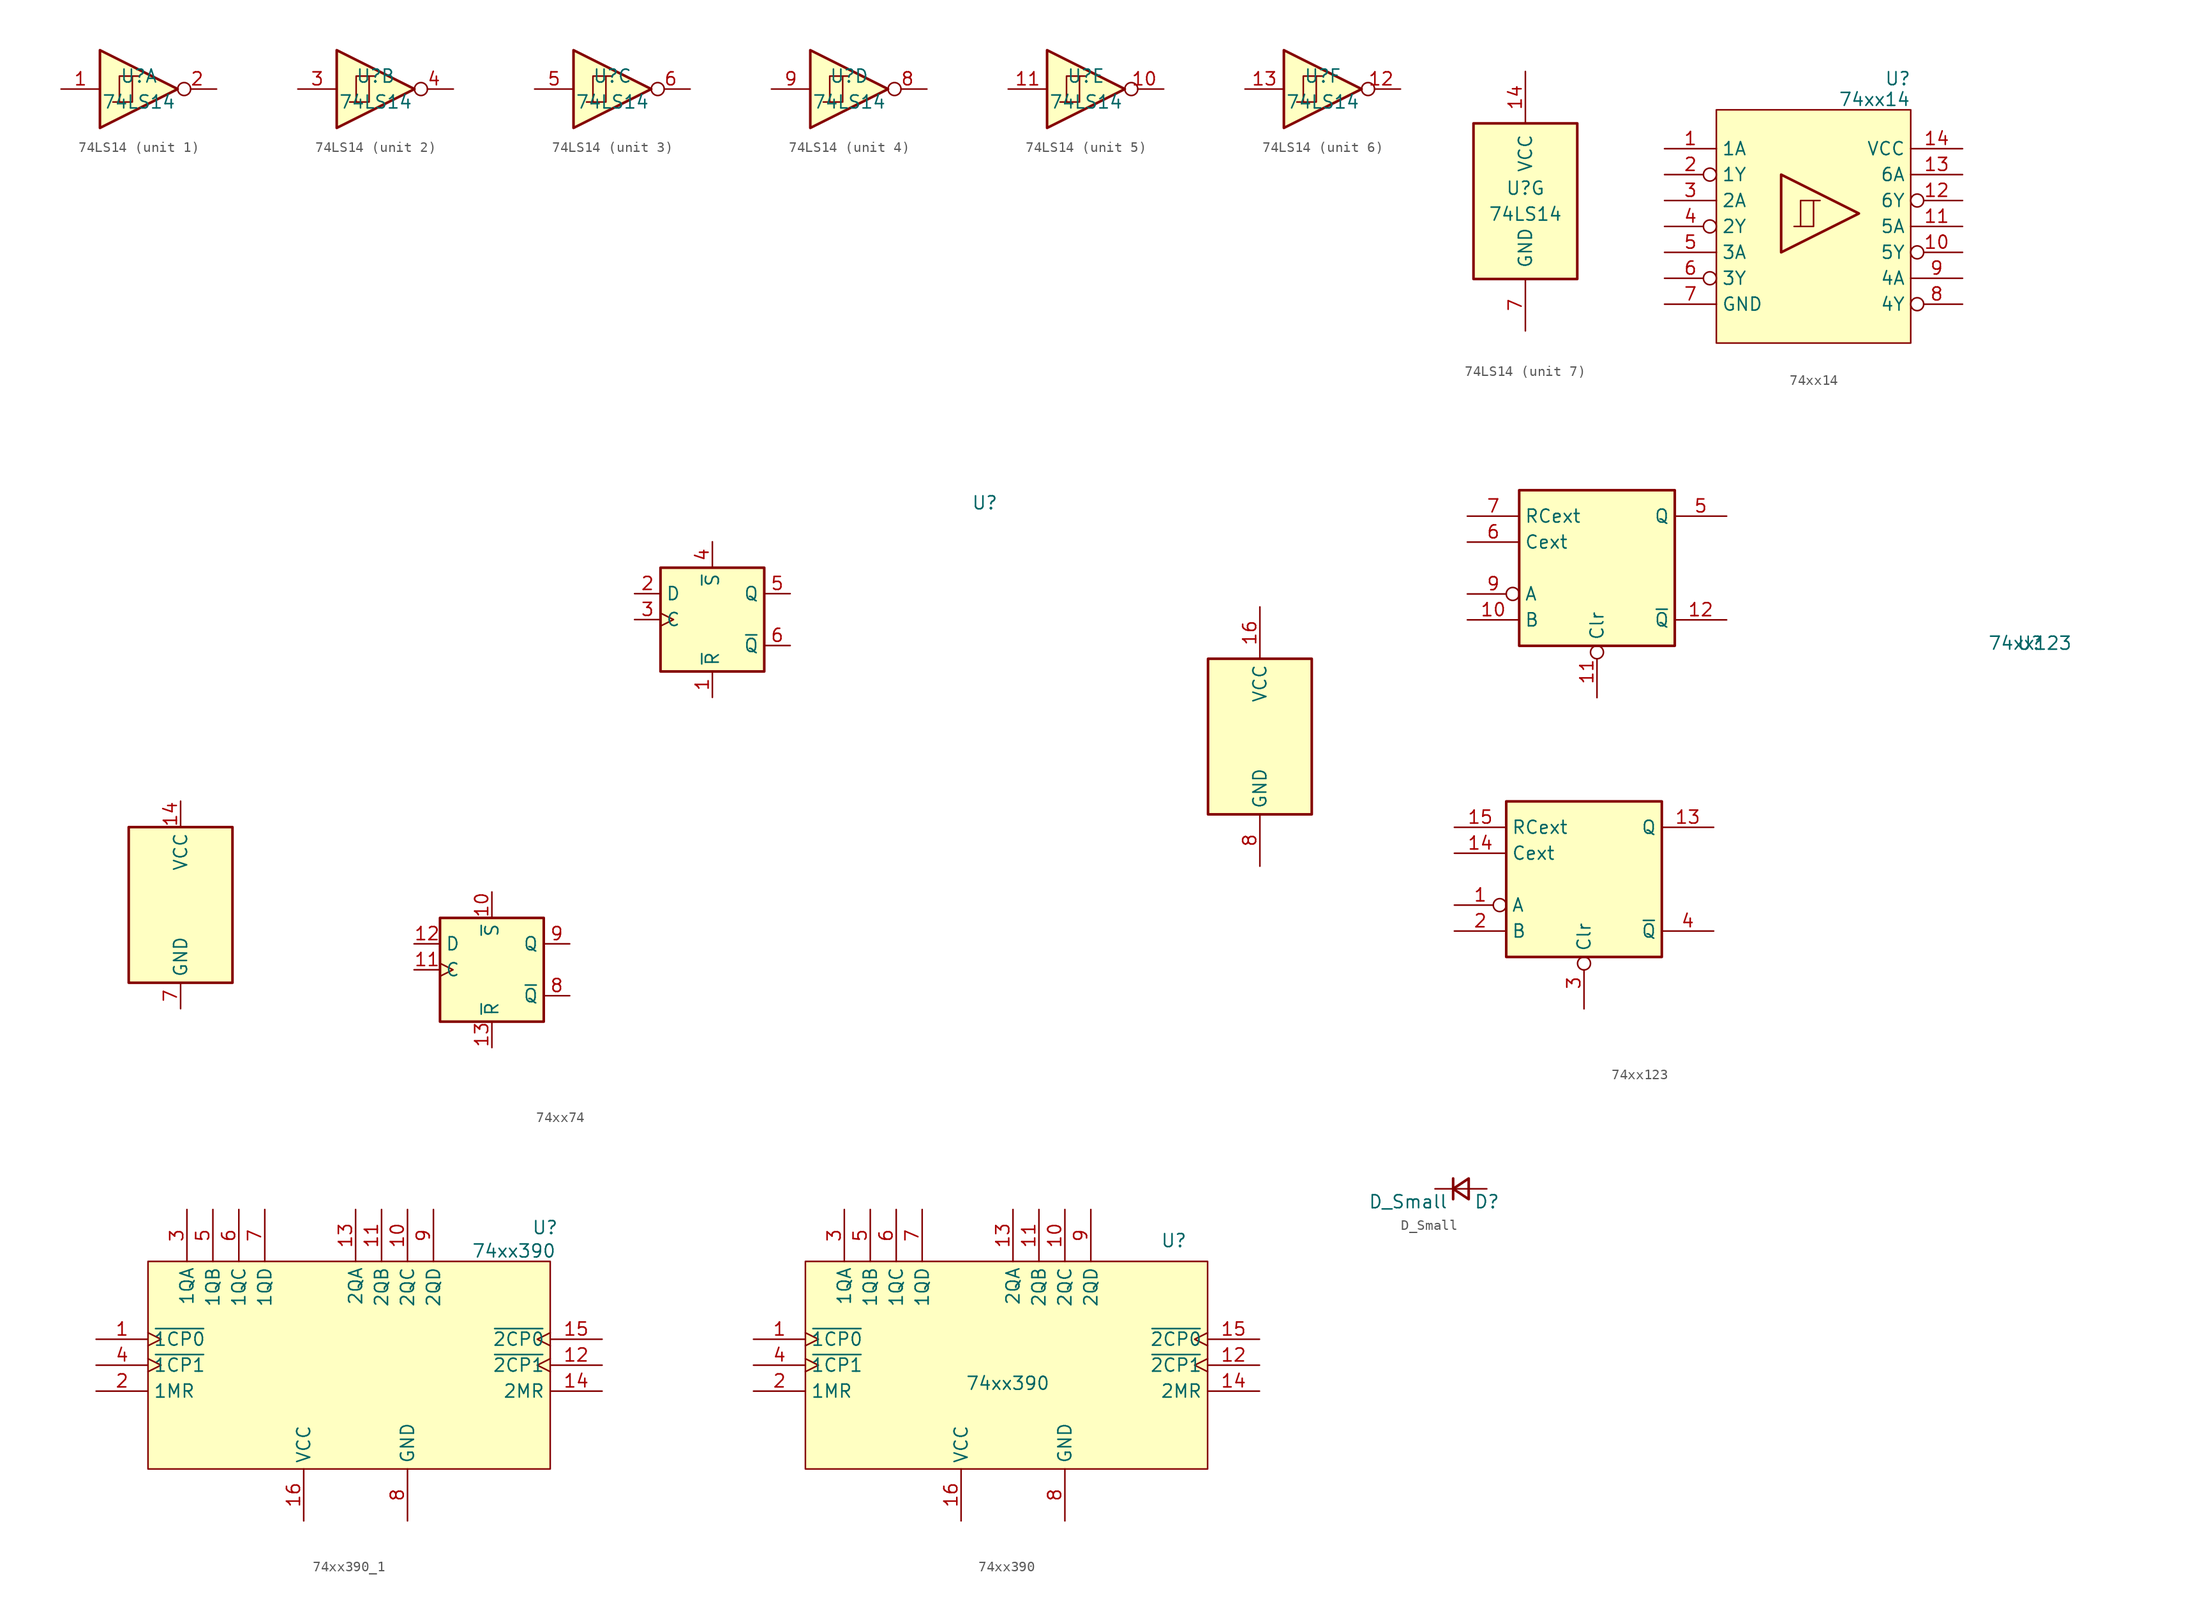
<source format=kicad_sym>
(kicad_symbol_lib
  (version 20241209)
  (generator "kicad_symbol_editor")
  (generator_version "9.0")
  (symbol "74LS14"
    (pin_names
      (offset 1.016))
    (property "Reference" "U"
      (at 0 1.27 0)
      (effects (font (size 1.27 1.27))))
    (property "Value" "74LS14"
      (at 0 -1.27 0)
      (effects (font (size 1.27 1.27))))
    (property "ki_locked" ""
      (at 0 0 0)
      (effects (font (size 1.27 1.27))))
    (symbol "74LS14_1_0"
      (polyline (pts (xy -3.81 3.81) (xy -3.81 -3.81) (xy 3.81 0) (xy -3.81 3.81)) (stroke (width 0.254) (type default)) (fill (type background)))
      (pin input line (at -7.62 0 0) (length 3.81) (name "~" (effects (font (size 1.27 1.27)))) (number "1" (effects (font (size 1.27 1.27)))))
      (pin output inverted (at 7.62 0 180) (length 3.81) (name "~" (effects (font (size 1.27 1.27)))) (number "2" (effects (font (size 1.27 1.27))))))
    (symbol "74LS14_1_1"
      (polyline (pts (xy -2.54 -1.27) (xy -0.635 -1.27) (xy -0.635 1.27) (xy 0 1.27)) (stroke (width 0) (type default)) (fill (type none)))
      (polyline (pts (xy -1.905 -1.27) (xy -1.905 1.27) (xy -0.635 1.27)) (stroke (width 0) (type default)) (fill (type none))))
    (symbol "74LS14_2_0"
      (polyline (pts (xy -3.81 3.81) (xy -3.81 -3.81) (xy 3.81 0) (xy -3.81 3.81)) (stroke (width 0.254) (type default)) (fill (type background)))
      (pin input line (at -7.62 0 0) (length 3.81) (name "~" (effects (font (size 1.27 1.27)))) (number "3" (effects (font (size 1.27 1.27)))))
      (pin output inverted (at 7.62 0 180) (length 3.81) (name "~" (effects (font (size 1.27 1.27)))) (number "4" (effects (font (size 1.27 1.27))))))
    (symbol "74LS14_2_1"
      (polyline (pts (xy -2.54 -1.27) (xy -0.635 -1.27) (xy -0.635 1.27) (xy 0 1.27)) (stroke (width 0) (type default)) (fill (type none)))
      (polyline (pts (xy -1.905 -1.27) (xy -1.905 1.27) (xy -0.635 1.27)) (stroke (width 0) (type default)) (fill (type none))))
    (symbol "74LS14_3_0"
      (polyline (pts (xy -3.81 3.81) (xy -3.81 -3.81) (xy 3.81 0) (xy -3.81 3.81)) (stroke (width 0.254) (type default)) (fill (type background)))
      (pin input line (at -7.62 0 0) (length 3.81) (name "~" (effects (font (size 1.27 1.27)))) (number "5" (effects (font (size 1.27 1.27)))))
      (pin output inverted (at 7.62 0 180) (length 3.81) (name "~" (effects (font (size 1.27 1.27)))) (number "6" (effects (font (size 1.27 1.27))))))
    (symbol "74LS14_3_1"
      (polyline (pts (xy -2.54 -1.27) (xy -0.635 -1.27) (xy -0.635 1.27) (xy 0 1.27)) (stroke (width 0) (type default)) (fill (type none)))
      (polyline (pts (xy -1.905 -1.27) (xy -1.905 1.27) (xy -0.635 1.27)) (stroke (width 0) (type default)) (fill (type none))))
    (symbol "74LS14_4_0"
      (polyline (pts (xy -3.81 3.81) (xy -3.81 -3.81) (xy 3.81 0) (xy -3.81 3.81)) (stroke (width 0.254) (type default)) (fill (type background)))
      (pin input line (at -7.62 0 0) (length 3.81) (name "~" (effects (font (size 1.27 1.27)))) (number "9" (effects (font (size 1.27 1.27)))))
      (pin output inverted (at 7.62 0 180) (length 3.81) (name "~" (effects (font (size 1.27 1.27)))) (number "8" (effects (font (size 1.27 1.27))))))
    (symbol "74LS14_4_1"
      (polyline (pts (xy -2.54 -1.27) (xy -0.635 -1.27) (xy -0.635 1.27) (xy 0 1.27)) (stroke (width 0) (type default)) (fill (type none)))
      (polyline (pts (xy -1.905 -1.27) (xy -1.905 1.27) (xy -0.635 1.27)) (stroke (width 0) (type default)) (fill (type none))))
    (symbol "74LS14_5_0"
      (polyline (pts (xy -3.81 3.81) (xy -3.81 -3.81) (xy 3.81 0) (xy -3.81 3.81)) (stroke (width 0.254) (type default)) (fill (type background)))
      (pin input line (at -7.62 0 0) (length 3.81) (name "~" (effects (font (size 1.27 1.27)))) (number "11" (effects (font (size 1.27 1.27)))))
      (pin output inverted (at 7.62 0 180) (length 3.81) (name "~" (effects (font (size 1.27 1.27)))) (number "10" (effects (font (size 1.27 1.27))))))
    (symbol "74LS14_5_1"
      (polyline (pts (xy -2.54 -1.27) (xy -0.635 -1.27) (xy -0.635 1.27) (xy 0 1.27)) (stroke (width 0) (type default)) (fill (type none)))
      (polyline (pts (xy -1.905 -1.27) (xy -1.905 1.27) (xy -0.635 1.27)) (stroke (width 0) (type default)) (fill (type none))))
    (symbol "74LS14_6_0"
      (polyline (pts (xy -3.81 3.81) (xy -3.81 -3.81) (xy 3.81 0) (xy -3.81 3.81)) (stroke (width 0.254) (type default)) (fill (type background)))
      (pin input line (at -7.62 0 0) (length 3.81) (name "~" (effects (font (size 1.27 1.27)))) (number "13" (effects (font (size 1.27 1.27)))))
      (pin output inverted (at 7.62 0 180) (length 3.81) (name "~" (effects (font (size 1.27 1.27)))) (number "12" (effects (font (size 1.27 1.27))))))
    (symbol "74LS14_6_1"
      (polyline (pts (xy -2.54 -1.27) (xy -0.635 -1.27) (xy -0.635 1.27) (xy 0 1.27)) (stroke (width 0) (type default)) (fill (type none)))
      (polyline (pts (xy -1.905 -1.27) (xy -1.905 1.27) (xy -0.635 1.27)) (stroke (width 0) (type default)) (fill (type none))))
    (symbol "74LS14_7_0"
      (pin power_in line (at 0 12.7 270) (length 5.08) (name "VCC" (effects (font (size 1.27 1.27)))) (number "14" (effects (font (size 1.27 1.27)))))
      (pin power_in line (at 0 -12.7 90) (length 5.08) (name "GND" (effects (font (size 1.27 1.27)))) (number "7" (effects (font (size 1.27 1.27))))))
    (symbol "74LS14_7_1"
      (rectangle (start -5.08 7.62) (end 5.08 -7.62) (stroke (width 0.254) (type default)) (fill (type background)))))
  (symbol "74xx14"
    (property "Reference" "U"
      (at 17.78 3.048 0)
      (effects (font (size 1.27 1.27))))
    (property "Value" "74xx14"
      (at 15.494 1.016 0)
      (effects (font (size 1.27 1.27))))
    (symbol "74xx14_0_1"
      (rectangle (start 0 0) (end 19.05 -22.86) (stroke (width 0) (type default)) (fill (type background))))
    (symbol "74xx14_1_0"
      (polyline (pts (xy 6.35 -6.35) (xy 6.35 -13.97) (xy 13.97 -10.16) (xy 6.35 -6.35)) (stroke (width 0.254) (type default)) (fill (type background)))
      (pin input line (at -5.08 -3.81 0) (length 5.08) (name "1A" (effects (font (size 1.27 1.27)))) (number "1" (effects (font (size 1.27 1.27)))))
      (pin output inverted (at -5.08 -6.35 0) (length 5.08) (name "1Y" (effects (font (size 1.27 1.27)))) (number "2" (effects (font (size 1.27 1.27)))))
      (pin input line (at -5.08 -8.89 0) (length 5.08) (name "2A" (effects (font (size 1.27 1.27)))) (number "3" (effects (font (size 1.27 1.27)))))
      (pin output inverted (at -5.08 -11.43 0) (length 5.08) (name "2Y" (effects (font (size 1.27 1.27)))) (number "4" (effects (font (size 1.27 1.27)))))
      (pin input line (at -5.08 -13.97 0) (length 5.08) (name "3A" (effects (font (size 1.27 1.27)))) (number "5" (effects (font (size 1.27 1.27)))))
      (pin output inverted (at -5.08 -16.51 0) (length 5.08) (name "3Y" (effects (font (size 1.27 1.27)))) (number "6" (effects (font (size 1.27 1.27)))))
      (pin power_in line (at -5.08 -19.05 0) (length 5.08) (name "GND" (effects (font (size 1.27 1.27)))) (number "7" (effects (font (size 1.27 1.27)))))
      (pin power_in line (at 24.13 -3.81 180) (length 5.08) (name "VCC" (effects (font (size 1.27 1.27)))) (number "14" (effects (font (size 1.27 1.27)))))
      (pin input line (at 24.13 -6.35 180) (length 5.08) (name "6A" (effects (font (size 1.27 1.27)))) (number "13" (effects (font (size 1.27 1.27)))))
      (pin output inverted (at 24.13 -8.89 180) (length 5.08) (name "6Y" (effects (font (size 1.27 1.27)))) (number "12" (effects (font (size 1.27 1.27)))))
      (pin input line (at 24.13 -11.43 180) (length 5.08) (name "5A" (effects (font (size 1.27 1.27)))) (number "11" (effects (font (size 1.27 1.27)))))
      (pin output inverted (at 24.13 -13.97 180) (length 5.08) (name "5Y" (effects (font (size 1.27 1.27)))) (number "10" (effects (font (size 1.27 1.27)))))
      (pin input line (at 24.13 -16.51 180) (length 5.08) (name "4A" (effects (font (size 1.27 1.27)))) (number "9" (effects (font (size 1.27 1.27)))))
      (pin output inverted (at 24.13 -19.05 180) (length 5.08) (name "4Y" (effects (font (size 1.27 1.27)))) (number "8" (effects (font (size 1.27 1.27))))))
    (symbol "74xx14_1_1"
      (polyline (pts (xy 7.62 -11.43) (xy 9.525 -11.43) (xy 9.525 -8.89) (xy 10.16 -8.89)) (stroke (width 0) (type default)) (fill (type none)))
      (polyline (pts (xy 8.255 -11.43) (xy 8.255 -8.89) (xy 9.525 -8.89)) (stroke (width 0) (type default)) (fill (type none)))))
  (symbol "74xx74"
    (property "Reference" "U"
      (at 0 0 0)
      (effects (font (size 1.27 1.27))))
    (property "Value" ""
      (at 0 0 0)
      (effects (font (size 1.27 1.27))))
    (symbol "74xx74_1_0"
      (pin power_in line (at -78.74 -29.21 270) (length 2.54) (name "VCC" (effects (font (size 1.27 1.27)))) (number "14" (effects (font (size 1.27 1.27)))))
      (pin power_in line (at -78.74 -49.53 90) (length 2.54) (name "GND" (effects (font (size 1.27 1.27)))) (number "7" (effects (font (size 1.27 1.27)))))
      (pin input line (at -55.88 -43.18 0) (length 2.54) (name "D" (effects (font (size 1.27 1.27)))) (number "12" (effects (font (size 1.27 1.27)))))
      (pin input clock (at -55.88 -45.72 0) (length 2.54) (name "C" (effects (font (size 1.27 1.27)))) (number "11" (effects (font (size 1.27 1.27)))))
      (pin input line (at -48.26 -38.1 270) (length 2.54) (name "~{S}" (effects (font (size 1.27 1.27)))) (number "10" (effects (font (size 1.27 1.27)))))
      (pin input line (at -48.26 -53.34 90) (length 2.54) (name "~{R}" (effects (font (size 1.27 1.27)))) (number "13" (effects (font (size 1.27 1.27)))))
      (pin output line (at -40.64 -43.18 180) (length 2.54) (name "Q" (effects (font (size 1.27 1.27)))) (number "9" (effects (font (size 1.27 1.27)))))
      (pin output line (at -40.64 -48.26 180) (length 2.54) (name "~{Q}" (effects (font (size 1.27 1.27)))) (number "8" (effects (font (size 1.27 1.27)))))
      (pin input line (at -34.29 -8.89 0) (length 2.54) (name "D" (effects (font (size 1.27 1.27)))) (number "2" (effects (font (size 1.27 1.27)))))
      (pin input clock (at -34.29 -11.43 0) (length 2.54) (name "C" (effects (font (size 1.27 1.27)))) (number "3" (effects (font (size 1.27 1.27)))))
      (pin input line (at -26.67 -3.81 270) (length 2.54) (name "~{S}" (effects (font (size 1.27 1.27)))) (number "4" (effects (font (size 1.27 1.27)))))
      (pin input line (at -26.67 -19.05 90) (length 2.54) (name "~{R}" (effects (font (size 1.27 1.27)))) (number "1" (effects (font (size 1.27 1.27)))))
      (pin output line (at -19.05 -8.89 180) (length 2.54) (name "Q" (effects (font (size 1.27 1.27)))) (number "5" (effects (font (size 1.27 1.27)))))
      (pin output line (at -19.05 -13.97 180) (length 2.54) (name "~{Q}" (effects (font (size 1.27 1.27)))) (number "6" (effects (font (size 1.27 1.27))))))
    (symbol "74xx74_1_1"
      (rectangle (start -83.82 -31.75) (end -73.66 -46.99) (stroke (width 0.254) (type default)) (fill (type background)))
      (rectangle (start -53.34 -40.64) (end -43.18 -50.8) (stroke (width 0.254) (type default)) (fill (type background)))
      (rectangle (start -31.75 -6.35) (end -21.59 -16.51) (stroke (width 0.254) (type default)) (fill (type background)))))
  (symbol "74xx123"
    (property "Reference" "U"
      (at 6.858 2.794 0)
      (effects (font (size 1.27 1.27))))
    (property "Value" "74xx123"
      (at 6.858 2.794 0)
      (effects (font (size 1.27 1.27))))
    (symbol "74xx123_1_0"
      (pin power_in line (at -68.58 6.35 270) (length 5.08) (name "VCC" (effects (font (size 1.27 1.27)))) (number "16" (effects (font (size 1.27 1.27)))))
      (pin power_in line (at -68.58 -19.05 90) (length 5.08) (name "GND" (effects (font (size 1.27 1.27)))) (number "8" (effects (font (size 1.27 1.27)))))
      (pin input line (at -49.53 -15.24 0) (length 5.08) (name "RCext" (effects (font (size 1.27 1.27)))) (number "15" (effects (font (size 1.27 1.27)))))
      (pin input line (at -49.53 -17.78 0) (length 5.08) (name "Cext" (effects (font (size 1.27 1.27)))) (number "14" (effects (font (size 1.27 1.27)))))
      (pin input inverted (at -49.53 -22.86 0) (length 5.08) (name "A" (effects (font (size 1.27 1.27)))) (number "1" (effects (font (size 1.27 1.27)))))
      (pin input line (at -49.53 -25.4 0) (length 5.08) (name "B" (effects (font (size 1.27 1.27)))) (number "2" (effects (font (size 1.27 1.27)))))
      (pin input line (at -48.26 15.24 0) (length 5.08) (name "RCext" (effects (font (size 1.27 1.27)))) (number "7" (effects (font (size 1.27 1.27)))))
      (pin input line (at -48.26 12.7 0) (length 5.08) (name "Cext" (effects (font (size 1.27 1.27)))) (number "6" (effects (font (size 1.27 1.27)))))
      (pin input inverted (at -48.26 7.62 0) (length 5.08) (name "A" (effects (font (size 1.27 1.27)))) (number "9" (effects (font (size 1.27 1.27)))))
      (pin input line (at -48.26 5.08 0) (length 5.08) (name "B" (effects (font (size 1.27 1.27)))) (number "10" (effects (font (size 1.27 1.27)))))
      (pin input inverted (at -36.83 -33.02 90) (length 5.08) (name "Clr" (effects (font (size 1.27 1.27)))) (number "3" (effects (font (size 1.27 1.27)))))
      (pin input inverted (at -35.56 -2.54 90) (length 5.08) (name "Clr" (effects (font (size 1.27 1.27)))) (number "11" (effects (font (size 1.27 1.27)))))
      (pin output line (at -24.13 -15.24 180) (length 5.08) (name "Q" (effects (font (size 1.27 1.27)))) (number "13" (effects (font (size 1.27 1.27)))))
      (pin output line (at -24.13 -25.4 180) (length 5.08) (name "~{Q}" (effects (font (size 1.27 1.27)))) (number "4" (effects (font (size 1.27 1.27)))))
      (pin output line (at -22.86 15.24 180) (length 5.08) (name "Q" (effects (font (size 1.27 1.27)))) (number "5" (effects (font (size 1.27 1.27)))))
      (pin output line (at -22.86 5.08 180) (length 5.08) (name "~{Q}" (effects (font (size 1.27 1.27)))) (number "12" (effects (font (size 1.27 1.27))))))
    (symbol "74xx123_1_1"
      (rectangle (start -73.66 1.27) (end -63.5 -13.97) (stroke (width 0.254) (type default)) (fill (type background)))
      (rectangle (start -44.45 -12.7) (end -29.21 -27.94) (stroke (width 0.254) (type default)) (fill (type background)))
      (rectangle (start -43.18 17.78) (end -27.94 2.54) (stroke (width 0.254) (type default)) (fill (type background)))))
  (symbol "74xx390_1"
    (property "Reference" "U"
      (at 38.862 3.302 0)
      (effects (font (size 1.27 1.27))))
    (property "Value" "74xx390"
      (at 35.814 1.016 0)
      (effects (font (size 1.27 1.27))))
    (symbol "74xx390_1_0_1"
      (rectangle (start 0 0) (end 39.37 -20.32) (stroke (width 0) (type default)) (fill (type background))))
    (symbol "74xx390_1_1_0"
      (pin input clock (at -5.08 -7.62 0) (length 5.08) (name "~{1CP0}" (effects (font (size 1.27 1.27)))) (number "1" (effects (font (size 1.27 1.27)))))
      (pin input clock (at -5.08 -10.16 0) (length 5.08) (name "~{1CP1}" (effects (font (size 1.27 1.27)))) (number "4" (effects (font (size 1.27 1.27)))))
      (pin input line (at -5.08 -12.7 0) (length 5.08) (name "1MR" (effects (font (size 1.27 1.27)))) (number "2" (effects (font (size 1.27 1.27)))))
      (pin output line (at 3.81 5.08 270) (length 5.08) (name "1QA" (effects (font (size 1.27 1.27)))) (number "3" (effects (font (size 1.27 1.27)))))
      (pin output line (at 6.35 5.08 270) (length 5.08) (name "1QB" (effects (font (size 1.27 1.27)))) (number "5" (effects (font (size 1.27 1.27)))))
      (pin output line (at 8.89 5.08 270) (length 5.08) (name "1QC" (effects (font (size 1.27 1.27)))) (number "6" (effects (font (size 1.27 1.27)))))
      (pin output line (at 11.43 5.08 270) (length 5.08) (name "1QD" (effects (font (size 1.27 1.27)))) (number "7" (effects (font (size 1.27 1.27)))))
      (pin power_in line (at 15.24 -25.4 90) (length 5.08) (name "VCC" (effects (font (size 1.27 1.27)))) (number "16" (effects (font (size 1.27 1.27)))))
      (pin output line (at 20.32 5.08 270) (length 5.08) (name "2QA" (effects (font (size 1.27 1.27)))) (number "13" (effects (font (size 1.27 1.27)))))
      (pin output line (at 22.86 5.08 270) (length 5.08) (name "2QB" (effects (font (size 1.27 1.27)))) (number "11" (effects (font (size 1.27 1.27)))))
      (pin output line (at 25.4 5.08 270) (length 5.08) (name "2QC" (effects (font (size 1.27 1.27)))) (number "10" (effects (font (size 1.27 1.27)))))
      (pin power_in line (at 25.4 -25.4 90) (length 5.08) (name "GND" (effects (font (size 1.27 1.27)))) (number "8" (effects (font (size 1.27 1.27)))))
      (pin output line (at 27.94 5.08 270) (length 5.08) (name "2QD" (effects (font (size 1.27 1.27)))) (number "9" (effects (font (size 1.27 1.27)))))
      (pin input clock (at 44.45 -7.62 180) (length 5.08) (name "~{2CP0}" (effects (font (size 1.27 1.27)))) (number "15" (effects (font (size 1.27 1.27)))))
      (pin input clock (at 44.45 -10.16 180) (length 5.08) (name "~{2CP1}" (effects (font (size 1.27 1.27)))) (number "12" (effects (font (size 1.27 1.27)))))
      (pin input line (at 44.45 -12.7 180) (length 5.08) (name "2MR" (effects (font (size 1.27 1.27)))) (number "14" (effects (font (size 1.27 1.27)))))))
  (symbol "74xx390"
    (property "Reference" "U"
      (at 36.068 2.032 0)
      (effects (font (size 1.27 1.27))))
    (property "Value" "74xx390"
      (at 19.812 -11.938 0)
      (effects (font (size 1.27 1.27))))
    (symbol "74xx390_0_1"
      (rectangle (start 0 0) (end 39.37 -20.32) (stroke (width 0) (type default)) (fill (type background))))
    (symbol "74xx390_1_0"
      (pin input clock (at -5.08 -7.62 0) (length 5.08) (name "~{1CP0}" (effects (font (size 1.27 1.27)))) (number "1" (effects (font (size 1.27 1.27)))))
      (pin input clock (at -5.08 -10.16 0) (length 5.08) (name "~{1CP1}" (effects (font (size 1.27 1.27)))) (number "4" (effects (font (size 1.27 1.27)))))
      (pin input line (at -5.08 -12.7 0) (length 5.08) (name "1MR" (effects (font (size 1.27 1.27)))) (number "2" (effects (font (size 1.27 1.27)))))
      (pin output line (at 3.81 5.08 270) (length 5.08) (name "1QA" (effects (font (size 1.27 1.27)))) (number "3" (effects (font (size 1.27 1.27)))))
      (pin output line (at 6.35 5.08 270) (length 5.08) (name "1QB" (effects (font (size 1.27 1.27)))) (number "5" (effects (font (size 1.27 1.27)))))
      (pin output line (at 8.89 5.08 270) (length 5.08) (name "1QC" (effects (font (size 1.27 1.27)))) (number "6" (effects (font (size 1.27 1.27)))))
      (pin output line (at 11.43 5.08 270) (length 5.08) (name "1QD" (effects (font (size 1.27 1.27)))) (number "7" (effects (font (size 1.27 1.27)))))
      (pin power_in line (at 15.24 -25.4 90) (length 5.08) (name "VCC" (effects (font (size 1.27 1.27)))) (number "16" (effects (font (size 1.27 1.27)))))
      (pin output line (at 20.32 5.08 270) (length 5.08) (name "2QA" (effects (font (size 1.27 1.27)))) (number "13" (effects (font (size 1.27 1.27)))))
      (pin output line (at 22.86 5.08 270) (length 5.08) (name "2QB" (effects (font (size 1.27 1.27)))) (number "11" (effects (font (size 1.27 1.27)))))
      (pin output line (at 25.4 5.08 270) (length 5.08) (name "2QC" (effects (font (size 1.27 1.27)))) (number "10" (effects (font (size 1.27 1.27)))))
      (pin power_in line (at 25.4 -25.4 90) (length 5.08) (name "GND" (effects (font (size 1.27 1.27)))) (number "8" (effects (font (size 1.27 1.27)))))
      (pin output line (at 27.94 5.08 270) (length 5.08) (name "2QD" (effects (font (size 1.27 1.27)))) (number "9" (effects (font (size 1.27 1.27)))))
      (pin input clock (at 44.45 -7.62 180) (length 5.08) (name "~{2CP0}" (effects (font (size 1.27 1.27)))) (number "15" (effects (font (size 1.27 1.27)))))
      (pin input clock (at 44.45 -10.16 180) (length 5.08) (name "~{2CP1}" (effects (font (size 1.27 1.27)))) (number "12" (effects (font (size 1.27 1.27)))))
      (pin input line (at 44.45 -12.7 180) (length 5.08) (name "2MR" (effects (font (size 1.27 1.27)))) (number "14" (effects (font (size 1.27 1.27)))))))
  (symbol "D_Small"
    (pin_numbers
      (hide yes))
    (pin_names
      (offset 0.254)
      (hide yes))
    (property "Reference" "D"
      (at 1.27 -1.27 0)
      (effects (font (size 1.27 1.27)) (justify left)))
    (property "Value" "D_Small"
      (at -1.27 -1.27 0)
      (effects (font (size 1.27 1.27)) (justify right)))
    (symbol "D_Small_0_1"
      (polyline (pts (xy -0.762 0) (xy 0.762 0)) (stroke (width 0) (type default)) (fill (type none)))
      (polyline (pts (xy -0.762 -1.016) (xy -0.762 1.016)) (stroke (width 0.254) (type default)) (fill (type none)))
      (polyline (pts (xy 0.762 -1.016) (xy -0.762 0) (xy 0.762 1.016) (xy 0.762 -1.016)) (stroke (width 0.254) (type default)) (fill (type none))))
    (symbol "D_Small_1_1"
      (pin passive line (at -2.54 0 0) (length 1.778) (name "K" (effects (font (size 1.27 1.27)))) (number "1" (effects (font (size 1.27 1.27)))))
      (pin passive line (at 2.54 0 180) (length 1.778) (name "A" (effects (font (size 1.27 1.27)))) (number "2" (effects (font (size 1.27 1.27))))))))
</source>
